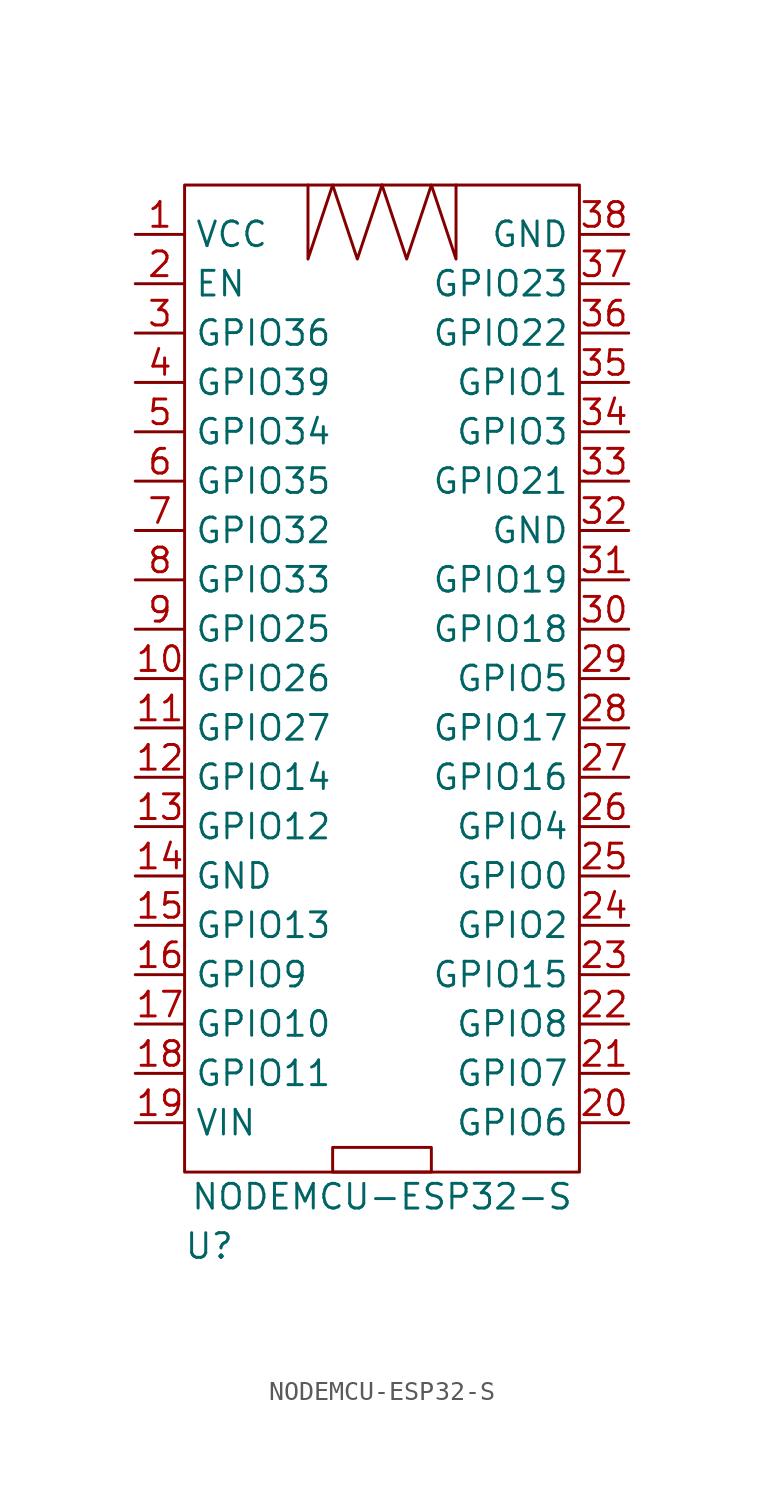
<source format=kicad_sym>
(kicad_symbol_lib
  (version 20220914)
  (generator kicad_symbol_editor)
  (symbol "NODEMCU-ESP32-S"
    (property "Reference" "U"
      (at -8.89 -29.21 0)
      (effects (font (size 1.27 1.27))))
    (property "Value" "NODEMCU-ESP32-S"
      (at 0 -26.67 0)
      (effects (font (size 1.27 1.27))))
    (symbol "NODEMCU-ESP32-S_0_1"
      (rectangle (start -10.16 25.4) (end 10.16 -25.4) (stroke (width 0) (type default)) (fill (type none)))
      (rectangle (start -2.54 -25.4) (end 2.54 -24.13) (stroke (width 0) (type default)) (fill (type none)))
      (polyline (pts (xy 0 25.4) (xy -1.27 21.59) (xy -2.54 25.4) (xy -3.81 21.59) (xy -3.81 25.4)) (stroke (width 0) (type default)) (fill (type none)))
      (polyline (pts (xy 3.81 25.4) (xy 3.81 21.59) (xy 2.54 25.4) (xy 1.27 21.59) (xy 0 25.4)) (stroke (width 0) (type default)) (fill (type none)))
      (pin input line (at -12.7 0 0) (length 2.54) (name "GPIO26" (effects (font (size 1.27 1.27)))) (number "10" (effects (font (size 1.27 1.27)))))
      (pin input line (at -12.7 -2.54 0) (length 2.54) (name "GPIO27" (effects (font (size 1.27 1.27)))) (number "11" (effects (font (size 1.27 1.27)))))
      (pin input line (at -12.7 -5.08 0) (length 2.54) (name "GPIO14" (effects (font (size 1.27 1.27)))) (number "12" (effects (font (size 1.27 1.27)))))
      (pin input line (at -12.7 -7.62 0) (length 2.54) (name "GPIO12" (effects (font (size 1.27 1.27)))) (number "13" (effects (font (size 1.27 1.27)))))
      (pin input line (at -12.7 -10.16 0) (length 2.54) (name "GND" (effects (font (size 1.27 1.27)))) (number "14" (effects (font (size 1.27 1.27)))))
      (pin input line (at -12.7 -12.7 0) (length 2.54) (name "GPIO13" (effects (font (size 1.27 1.27)))) (number "15" (effects (font (size 1.27 1.27)))))
      (pin input line (at -12.7 -15.24 0) (length 2.54) (name "GPIO9" (effects (font (size 1.27 1.27)))) (number "16" (effects (font (size 1.27 1.27)))))
      (pin input line (at -12.7 -17.78 0) (length 2.54) (name "GPIO10" (effects (font (size 1.27 1.27)))) (number "17" (effects (font (size 1.27 1.27)))))
      (pin input line (at -12.7 -20.32 0) (length 2.54) (name "GPIO11" (effects (font (size 1.27 1.27)))) (number "18" (effects (font (size 1.27 1.27)))))
      (pin input line (at -12.7 -22.86 0) (length 2.54) (name "VIN" (effects (font (size 1.27 1.27)))) (number "19" (effects (font (size 1.27 1.27)))))
      (pin input line (at 12.7 -22.86 180) (length 2.54) (name "GPIO6" (effects (font (size 1.27 1.27)))) (number "20" (effects (font (size 1.27 1.27)))))
      (pin input line (at 12.7 -20.32 180) (length 2.54) (name "GPIO7" (effects (font (size 1.27 1.27)))) (number "21" (effects (font (size 1.27 1.27)))))
      (pin input line (at 12.7 -17.78 180) (length 2.54) (name "GPIO8" (effects (font (size 1.27 1.27)))) (number "22" (effects (font (size 1.27 1.27)))))
      (pin input line (at 12.7 -15.24 180) (length 2.54) (name "GPIO15" (effects (font (size 1.27 1.27)))) (number "23" (effects (font (size 1.27 1.27)))))
      (pin input line (at 12.7 -12.7 180) (length 2.54) (name "GPIO2" (effects (font (size 1.27 1.27)))) (number "24" (effects (font (size 1.27 1.27)))))
      (pin input line (at 12.7 -10.16 180) (length 2.54) (name "GPIO0" (effects (font (size 1.27 1.27)))) (number "25" (effects (font (size 1.27 1.27)))))
      (pin input line (at 12.7 -7.62 180) (length 2.54) (name "GPIO4" (effects (font (size 1.27 1.27)))) (number "26" (effects (font (size 1.27 1.27)))))
      (pin input line (at 12.7 -5.08 180) (length 2.54) (name "GPIO16" (effects (font (size 1.27 1.27)))) (number "27" (effects (font (size 1.27 1.27)))))
      (pin input line (at 12.7 -2.54 180) (length 2.54) (name "GPIO17" (effects (font (size 1.27 1.27)))) (number "28" (effects (font (size 1.27 1.27)))))
      (pin input line (at 12.7 0 180) (length 2.54) (name "GPIO5" (effects (font (size 1.27 1.27)))) (number "29" (effects (font (size 1.27 1.27)))))
      (pin input line (at 12.7 2.54 180) (length 2.54) (name "GPIO18" (effects (font (size 1.27 1.27)))) (number "30" (effects (font (size 1.27 1.27)))))
      (pin input line (at 12.7 5.08 180) (length 2.54) (name "GPIO19" (effects (font (size 1.27 1.27)))) (number "31" (effects (font (size 1.27 1.27)))))
      (pin input line (at 12.7 7.62 180) (length 2.54) (name "GND" (effects (font (size 1.27 1.27)))) (number "32" (effects (font (size 1.27 1.27)))))
      (pin input line (at 12.7 10.16 180) (length 2.54) (name "GPIO21" (effects (font (size 1.27 1.27)))) (number "33" (effects (font (size 1.27 1.27)))))
      (pin input line (at 12.7 12.7 180) (length 2.54) (name "GPIO3" (effects (font (size 1.27 1.27)))) (number "34" (effects (font (size 1.27 1.27)))))
      (pin input line (at 12.7 15.24 180) (length 2.54) (name "GPIO1" (effects (font (size 1.27 1.27)))) (number "35" (effects (font (size 1.27 1.27)))))
      (pin input line (at 12.7 17.78 180) (length 2.54) (name "GPIO22" (effects (font (size 1.27 1.27)))) (number "36" (effects (font (size 1.27 1.27)))))
      (pin input line (at 12.7 20.32 180) (length 2.54) (name "GPIO23" (effects (font (size 1.27 1.27)))) (number "37" (effects (font (size 1.27 1.27)))))
      (pin input line (at 12.7 22.86 180) (length 2.54) (name "GND" (effects (font (size 1.27 1.27)))) (number "38" (effects (font (size 1.27 1.27)))))
      (pin input line (at -12.7 15.24 0) (length 2.54) (name "GPIO39" (effects (font (size 1.27 1.27)))) (number "4" (effects (font (size 1.27 1.27)))))
      (pin input line (at -12.7 12.7 0) (length 2.54) (name "GPIO34" (effects (font (size 1.27 1.27)))) (number "5" (effects (font (size 1.27 1.27)))))
      (pin input line (at -12.7 10.16 0) (length 2.54) (name "GPIO35" (effects (font (size 1.27 1.27)))) (number "6" (effects (font (size 1.27 1.27)))))
      (pin input line (at -12.7 7.62 0) (length 2.54) (name "GPIO32" (effects (font (size 1.27 1.27)))) (number "7" (effects (font (size 1.27 1.27)))))
      (pin input line (at -12.7 5.08 0) (length 2.54) (name "GPIO33" (effects (font (size 1.27 1.27)))) (number "8" (effects (font (size 1.27 1.27)))))
      (pin input line (at -12.7 2.54 0) (length 2.54) (name "GPIO25" (effects (font (size 1.27 1.27)))) (number "9" (effects (font (size 1.27 1.27))))))
    (symbol "NODEMCU-ESP32-S_1_1"
      (pin input line (at -12.7 22.86 0) (length 2.54) (name "VCC" (effects (font (size 1.27 1.27)))) (number "1" (effects (font (size 1.27 1.27)))))
      (pin input line (at -12.7 20.32 0) (length 2.54) (name "EN" (effects (font (size 1.27 1.27)))) (number "2" (effects (font (size 1.27 1.27)))))
      (pin input line (at -12.7 17.78 0) (length 2.54) (name "GPIO36" (effects (font (size 1.27 1.27)))) (number "3" (effects (font (size 1.27 1.27))))))))
</source>
